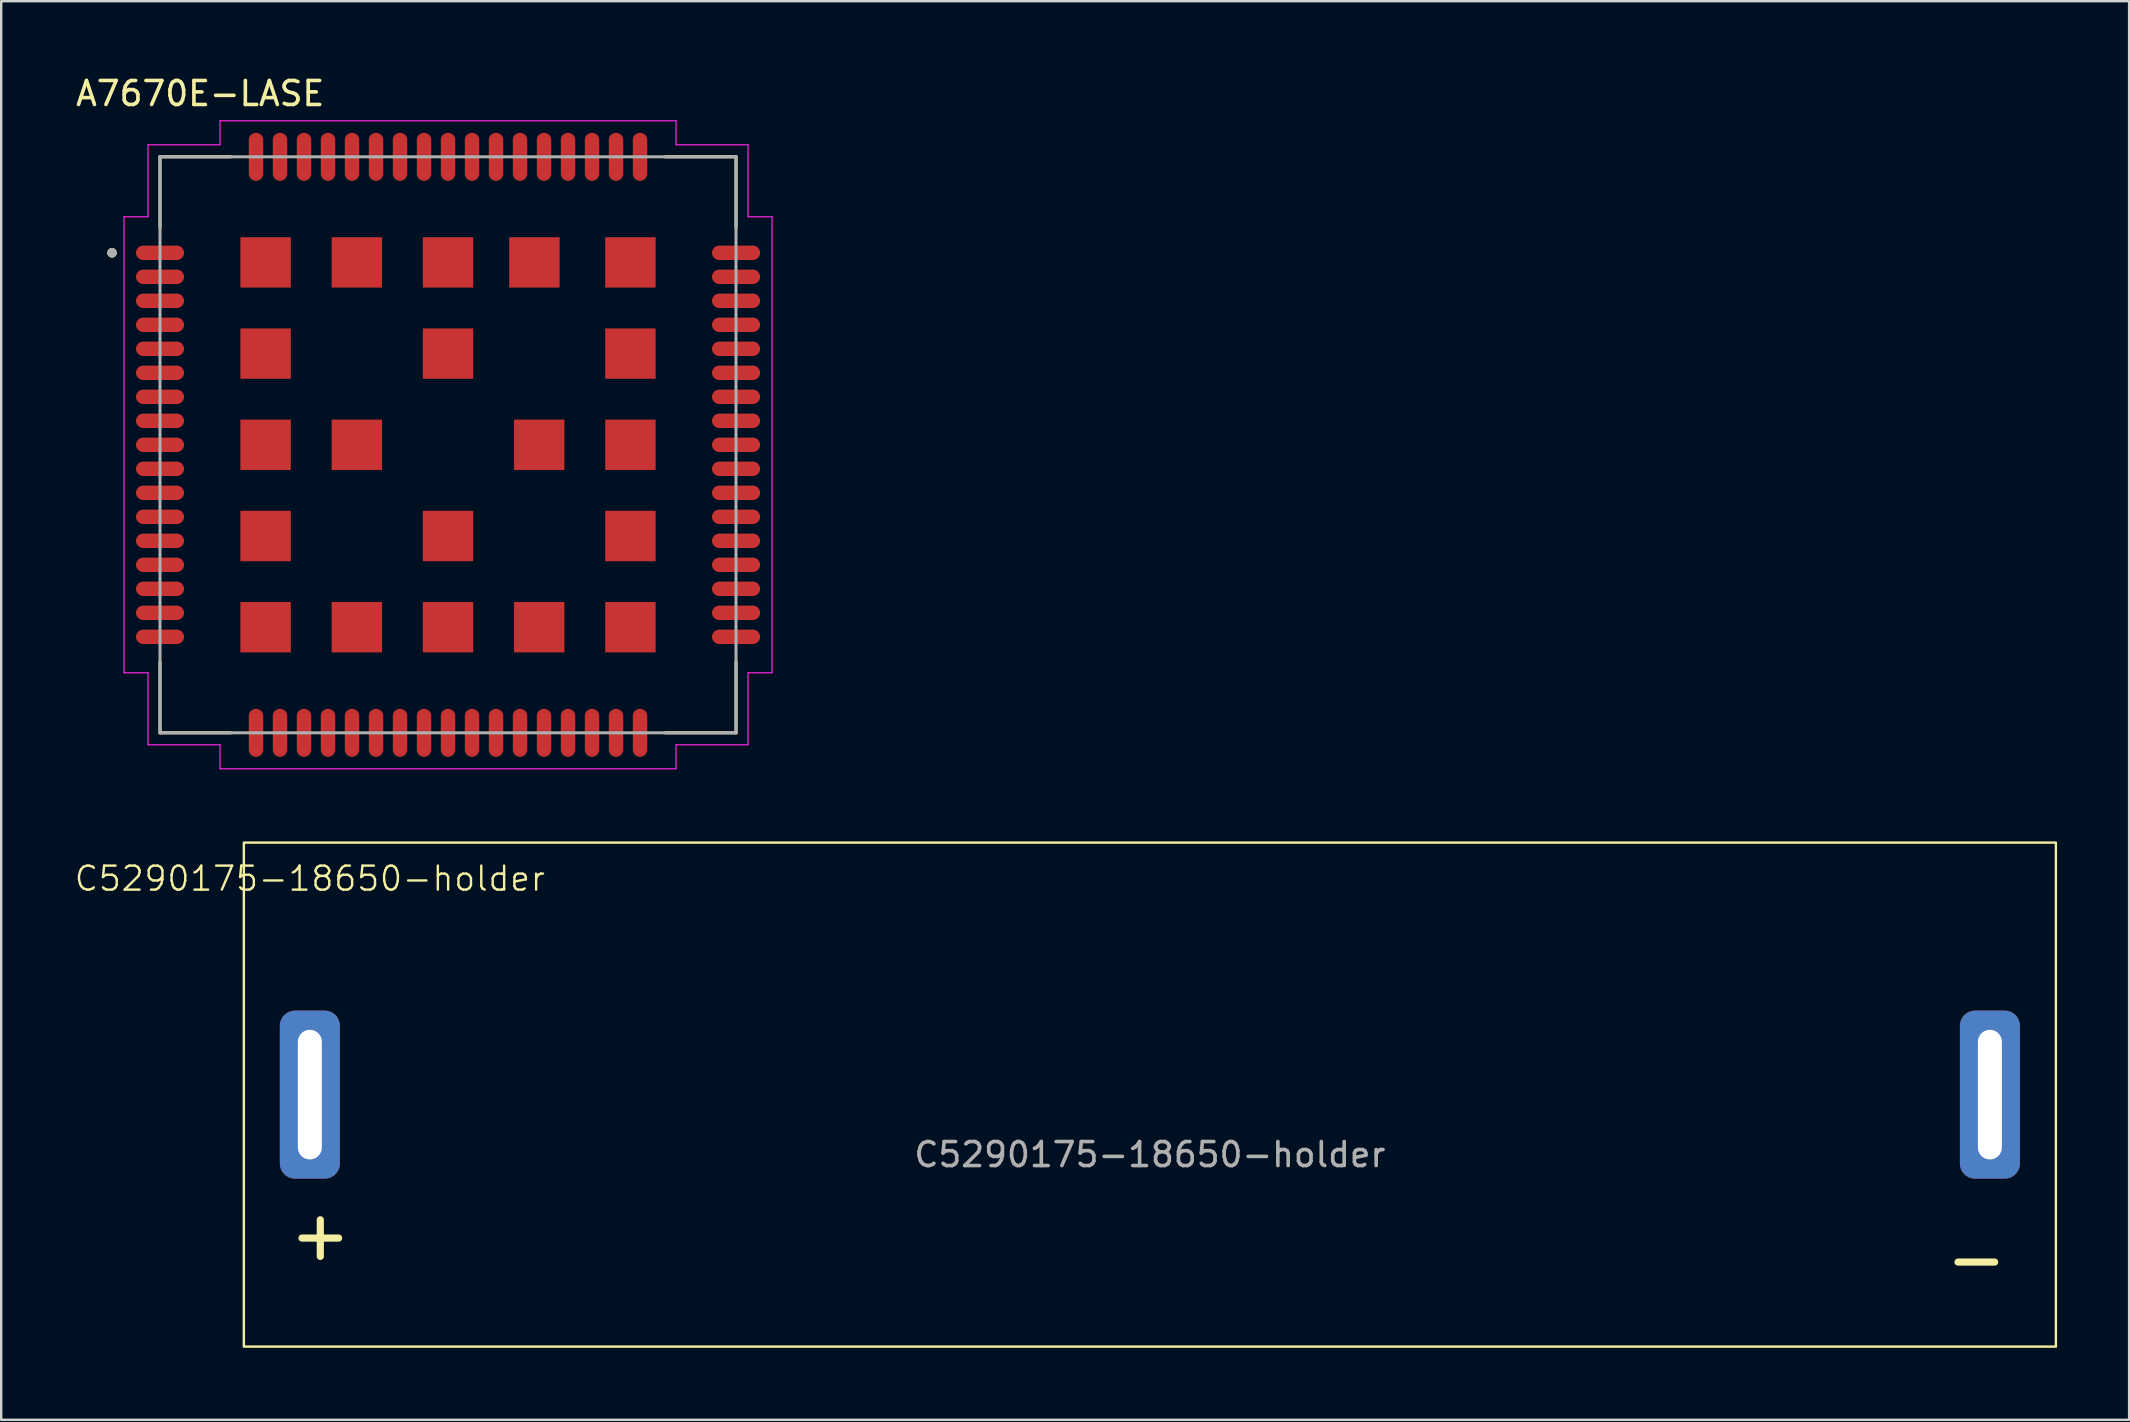
<source format=kicad_pcb>
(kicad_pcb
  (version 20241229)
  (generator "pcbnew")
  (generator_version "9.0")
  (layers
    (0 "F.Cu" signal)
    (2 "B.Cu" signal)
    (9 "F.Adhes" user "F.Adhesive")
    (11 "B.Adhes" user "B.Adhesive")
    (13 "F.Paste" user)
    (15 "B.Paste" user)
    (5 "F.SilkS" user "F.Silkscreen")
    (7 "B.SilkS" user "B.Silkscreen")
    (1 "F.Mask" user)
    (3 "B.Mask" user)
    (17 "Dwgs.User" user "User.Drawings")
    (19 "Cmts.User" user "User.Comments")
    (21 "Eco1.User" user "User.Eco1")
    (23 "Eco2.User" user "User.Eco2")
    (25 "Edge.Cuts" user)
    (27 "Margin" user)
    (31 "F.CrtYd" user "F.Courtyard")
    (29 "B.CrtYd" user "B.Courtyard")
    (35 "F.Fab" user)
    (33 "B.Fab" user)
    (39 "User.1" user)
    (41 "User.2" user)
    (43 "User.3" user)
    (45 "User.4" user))
  (footprint "A7670E-LASE"
    (layer "F.Cu")
    (at 15.617 15.483)
    (property "Reference" "A7670E-LASE" (at -10.325 -14.635 0) (layer "F.SilkS") (effects (font (size 1 1) (thickness 0.15))))
    (attr smd)
    (fp_line (start -12 -12) (end -9.05 -12) (stroke (width 0.127) (type solid)) (layer "F.SilkS"))
    (fp_line (start -12 -9.05) (end -12 -12) (stroke (width 0.127) (type solid)) (layer "F.SilkS"))
    (fp_line (start -12 9.05) (end -12 12) (stroke (width 0.127) (type solid)) (layer "F.SilkS"))
    (fp_line (start -12 12) (end -9.05 12) (stroke (width 0.127) (type solid)) (layer "F.SilkS"))
    (fp_line (start 9.05 -12) (end 12 -12) (stroke (width 0.127) (type solid)) (layer "F.SilkS"))
    (fp_line (start 12 -12) (end 12 -9.05) (stroke (width 0.127) (type solid)) (layer "F.SilkS"))
    (fp_line (start 12 9.05) (end 12 12) (stroke (width 0.127) (type solid)) (layer "F.SilkS"))
    (fp_line (start 12 12) (end 9.05 12) (stroke (width 0.127) (type solid)) (layer "F.SilkS"))
    (fp_circle (center -14 -8) (end -13.9 -8) (stroke (width 0.2) (type solid)) (fill no) (layer "F.SilkS"))
    (fp_line (start -13.5 -9.5) (end -12.5 -9.5) (stroke (width 0.05) (type solid)) (layer "F.CrtYd"))
    (fp_line (start -13.5 9.5) (end -13.5 -9.5) (stroke (width 0.05) (type solid)) (layer "F.CrtYd"))
    (fp_line (start -12.5 -12.5) (end -9.5 -12.5) (stroke (width 0.05) (type solid)) (layer "F.CrtYd"))
    (fp_line (start -12.5 -9.5) (end -12.5 -12.5) (stroke (width 0.05) (type solid)) (layer "F.CrtYd"))
    (fp_line (start -12.5 9.5) (end -13.5 9.5) (stroke (width 0.05) (type solid)) (layer "F.CrtYd"))
    (fp_line (start -12.5 12.5) (end -12.5 9.5) (stroke (width 0.05) (type solid)) (layer "F.CrtYd"))
    (fp_line (start -9.5 -13.5) (end 9.5 -13.5) (stroke (width 0.05) (type solid)) (layer "F.CrtYd"))
    (fp_line (start -9.5 -12.5) (end -9.5 -13.5) (stroke (width 0.05) (type solid)) (layer "F.CrtYd"))
    (fp_line (start -9.5 12.5) (end -12.5 12.5) (stroke (width 0.05) (type solid)) (layer "F.CrtYd"))
    (fp_line (start -9.5 13.5) (end -9.5 12.5) (stroke (width 0.05) (type solid)) (layer "F.CrtYd"))
    (fp_line (start 9.5 -13.5) (end 9.5 -12.5) (stroke (width 0.05) (type solid)) (layer "F.CrtYd"))
    (fp_line (start 9.5 -12.5) (end 12.5 -12.5) (stroke (width 0.05) (type solid)) (layer "F.CrtYd"))
    (fp_line (start 9.5 12.5) (end 9.5 13.5) (stroke (width 0.05) (type solid)) (layer "F.CrtYd"))
    (fp_line (start 9.5 13.5) (end -9.5 13.5) (stroke (width 0.05) (type solid)) (layer "F.CrtYd"))
    (fp_line (start 12.5 -12.5) (end 12.5 -9.5) (stroke (width 0.05) (type solid)) (layer "F.CrtYd"))
    (fp_line (start 12.5 -9.5) (end 13.5 -9.5) (stroke (width 0.05) (type solid)) (layer "F.CrtYd"))
    (fp_line (start 12.5 9.5) (end 12.5 12.5) (stroke (width 0.05) (type solid)) (layer "F.CrtYd"))
    (fp_line (start 12.5 12.5) (end 9.5 12.5) (stroke (width 0.05) (type solid)) (layer "F.CrtYd"))
    (fp_line (start 13.5 -9.5) (end 13.5 9.5) (stroke (width 0.05) (type solid)) (layer "F.CrtYd"))
    (fp_line (start 13.5 9.5) (end 12.5 9.5) (stroke (width 0.05) (type solid)) (layer "F.CrtYd"))
    (fp_line (start -12 -12) (end 12 -12) (stroke (width 0.127) (type solid)) (layer "F.Fab"))
    (fp_line (start -12 12) (end -12 -12) (stroke (width 0.127) (type solid)) (layer "F.Fab"))
    (fp_line (start 12 -12) (end 12 12) (stroke (width 0.127) (type solid)) (layer "F.Fab"))
    (fp_line (start 12 12) (end -12 12) (stroke (width 0.127) (type solid)) (layer "F.Fab"))
    (fp_circle (center -14 -8) (end -13.9 -8) (stroke (width 0.2) (type solid)) (fill no) (layer "F.Fab"))
    (pad "1" smd oval (at -12 -8) (size 2 0.6) (layers "F.Cu" "F.Mask" "F.Paste"))
    (pad "2" smd oval (at -12 -7) (size 2 0.6) (layers "F.Cu" "F.Mask" "F.Paste"))
    (pad "3" smd oval (at -12 -6) (size 2 0.6) (layers "F.Cu" "F.Mask" "F.Paste"))
    (pad "4" smd oval (at -12 -5) (size 2 0.6) (layers "F.Cu" "F.Mask" "F.Paste"))
    (pad "5" smd oval (at -12 -4) (size 2 0.6) (layers "F.Cu" "F.Mask" "F.Paste"))
    (pad "6" smd oval (at -12 -3) (size 2 0.6) (layers "F.Cu" "F.Mask" "F.Paste"))
    (pad "7" smd oval (at -12 -2) (size 2 0.6) (layers "F.Cu" "F.Mask" "F.Paste"))
    (pad "8" smd oval (at -12 -1) (size 2 0.6) (layers "F.Cu" "F.Mask" "F.Paste"))
    (pad "9" smd oval (at -12 0) (size 2 0.6) (layers "F.Cu" "F.Mask" "F.Paste"))
    (pad "10" smd oval (at -12 1) (size 2 0.6) (layers "F.Cu" "F.Mask" "F.Paste"))
    (pad "11" smd oval (at -12 2) (size 2 0.6) (layers "F.Cu" "F.Mask" "F.Paste"))
    (pad "12" smd oval (at -12 3) (size 2 0.6) (layers "F.Cu" "F.Mask" "F.Paste"))
    (pad "13" smd oval (at -12 4) (size 2 0.6) (layers "F.Cu" "F.Mask" "F.Paste"))
    (pad "14" smd oval (at -12 5) (size 2 0.6) (layers "F.Cu" "F.Mask" "F.Paste"))
    (pad "15" smd oval (at -12 6) (size 2 0.6) (layers "F.Cu" "F.Mask" "F.Paste"))
    (pad "16" smd oval (at -12 7) (size 2 0.6) (layers "F.Cu" "F.Mask" "F.Paste"))
    (pad "17" smd oval (at -12 8) (size 2 0.6) (layers "F.Cu" "F.Mask" "F.Paste"))
    (pad "18" smd oval (at -8 12) (size 0.6 2) (layers "F.Cu" "F.Mask" "F.Paste"))
    (pad "19" smd oval (at -7 12) (size 0.6 2) (layers "F.Cu" "F.Mask" "F.Paste"))
    (pad "20" smd oval (at -6 12) (size 0.6 2) (layers "F.Cu" "F.Mask" "F.Paste"))
    (pad "21" smd oval (at -5 12) (size 0.6 2) (layers "F.Cu" "F.Mask" "F.Paste"))
    (pad "22" smd oval (at -4 12) (size 0.6 2) (layers "F.Cu" "F.Mask" "F.Paste"))
    (pad "23" smd oval (at -3 12) (size 0.6 2) (layers "F.Cu" "F.Mask" "F.Paste"))
    (pad "24" smd oval (at -2 12) (size 0.6 2) (layers "F.Cu" "F.Mask" "F.Paste"))
    (pad "25" smd oval (at -1 12) (size 0.6 2) (layers "F.Cu" "F.Mask" "F.Paste"))
    (pad "26" smd oval (at 0 12) (size 0.6 2) (layers "F.Cu" "F.Mask" "F.Paste"))
    (pad "27" smd oval (at 1 12) (size 0.6 2) (layers "F.Cu" "F.Mask" "F.Paste"))
    (pad "28" smd oval (at 2 12) (size 0.6 2) (layers "F.Cu" "F.Mask" "F.Paste"))
    (pad "29" smd oval (at 3 12) (size 0.6 2) (layers "F.Cu" "F.Mask" "F.Paste"))
    (pad "30" smd oval (at 4 12) (size 0.6 2) (layers "F.Cu" "F.Mask" "F.Paste"))
    (pad "31" smd oval (at 5 12) (size 0.6 2) (layers "F.Cu" "F.Mask" "F.Paste"))
    (pad "32" smd oval (at 6 12) (size 0.6 2) (layers "F.Cu" "F.Mask" "F.Paste"))
    (pad "33" smd oval (at 7 12) (size 0.6 2) (layers "F.Cu" "F.Mask" "F.Paste"))
    (pad "34" smd oval (at 8 12) (size 0.6 2) (layers "F.Cu" "F.Mask" "F.Paste"))
    (pad "35" smd oval (at 12 8) (size 2 0.6) (layers "F.Cu" "F.Mask" "F.Paste"))
    (pad "36" smd oval (at 12 7) (size 2 0.6) (layers "F.Cu" "F.Mask" "F.Paste"))
    (pad "37" smd oval (at 12 6) (size 2 0.6) (layers "F.Cu" "F.Mask" "F.Paste"))
    (pad "38" smd oval (at 12 5) (size 2 0.6) (layers "F.Cu" "F.Mask" "F.Paste"))
    (pad "39" smd oval (at 12 4) (size 2 0.6) (layers "F.Cu" "F.Mask" "F.Paste"))
    (pad "40" smd oval (at 12 3) (size 2 0.6) (layers "F.Cu" "F.Mask" "F.Paste"))
    (pad "41" smd oval (at 12 2) (size 2 0.6) (layers "F.Cu" "F.Mask" "F.Paste"))
    (pad "42" smd oval (at 12 1) (size 2 0.6) (layers "F.Cu" "F.Mask" "F.Paste"))
    (pad "43" smd oval (at 12 0) (size 2 0.6) (layers "F.Cu" "F.Mask" "F.Paste"))
    (pad "44" smd oval (at 12 -1) (size 2 0.6) (layers "F.Cu" "F.Mask" "F.Paste"))
    (pad "45" smd oval (at 12 -2) (size 2 0.6) (layers "F.Cu" "F.Mask" "F.Paste"))
    (pad "46" smd oval (at 12 -3) (size 2 0.6) (layers "F.Cu" "F.Mask" "F.Paste"))
    (pad "47" smd oval (at 12 -4) (size 2 0.6) (layers "F.Cu" "F.Mask" "F.Paste"))
    (pad "48" smd oval (at 12 -5) (size 2 0.6) (layers "F.Cu" "F.Mask" "F.Paste"))
    (pad "49" smd oval (at 12 -6) (size 2 0.6) (layers "F.Cu" "F.Mask" "F.Paste"))
    (pad "50" smd oval (at 12 -7) (size 2 0.6) (layers "F.Cu" "F.Mask" "F.Paste"))
    (pad "51" smd oval (at 12 -8) (size 2 0.6) (layers "F.Cu" "F.Mask" "F.Paste"))
    (pad "52" smd oval (at 8 -12) (size 0.6 2) (layers "F.Cu" "F.Mask" "F.Paste"))
    (pad "53" smd oval (at 7 -12) (size 0.6 2) (layers "F.Cu" "F.Mask" "F.Paste"))
    (pad "54" smd oval (at 6 -12) (size 0.6 2) (layers "F.Cu" "F.Mask" "F.Paste"))
    (pad "55" smd oval (at 5 -12) (size 0.6 2) (layers "F.Cu" "F.Mask" "F.Paste"))
    (pad "56" smd oval (at 4 -12) (size 0.6 2) (layers "F.Cu" "F.Mask" "F.Paste"))
    (pad "57" smd oval (at 3 -12) (size 0.6 2) (layers "F.Cu" "F.Mask" "F.Paste"))
    (pad "58" smd oval (at 2 -12) (size 0.6 2) (layers "F.Cu" "F.Mask" "F.Paste"))
    (pad "59" smd oval (at 1 -12) (size 0.6 2) (layers "F.Cu" "F.Mask" "F.Paste"))
    (pad "60" smd oval (at 0 -12) (size 0.6 2) (layers "F.Cu" "F.Mask" "F.Paste"))
    (pad "61" smd oval (at -1 -12) (size 0.6 2) (layers "F.Cu" "F.Mask" "F.Paste"))
    (pad "62" smd oval (at -2 -12) (size 0.6 2) (layers "F.Cu" "F.Mask" "F.Paste"))
    (pad "63" smd oval (at -3 -12) (size 0.6 2) (layers "F.Cu" "F.Mask" "F.Paste"))
    (pad "64" smd oval (at -4 -12) (size 0.6 2) (layers "F.Cu" "F.Mask" "F.Paste"))
    (pad "65" smd oval (at -5 -12) (size 0.6 2) (layers "F.Cu" "F.Mask" "F.Paste"))
    (pad "66" smd oval (at -6 -12) (size 0.6 2) (layers "F.Cu" "F.Mask" "F.Paste"))
    (pad "67" smd oval (at -7 -12) (size 0.6 2) (layers "F.Cu" "F.Mask" "F.Paste"))
    (pad "68" smd oval (at -8 -12) (size 0.6 2) (layers "F.Cu" "F.Mask" "F.Paste"))
    (pad "69" smd rect (at -3.8 0) (size 2.1 2.1) (layers "F.Cu" "F.Mask" "F.Paste"))
    (pad "70" smd rect (at 3.8 0) (size 2.1 2.1) (layers "F.Cu" "F.Mask" "F.Paste"))
    (pad "71" smd rect (at 0 -3.8 90) (size 2.1 2.1) (layers "F.Cu" "F.Mask" "F.Paste"))
    (pad "72" smd rect (at 0 3.8 90) (size 2.1 2.1) (layers "F.Cu" "F.Mask" "F.Paste"))
    (pad "73" smd rect (at 0 7.6 90) (size 2.1 2.1) (layers "F.Cu" "F.Mask" "F.Paste"))
    (pad "74" smd rect (at 0 -7.6 90) (size 2.1 2.1) (layers "F.Cu" "F.Mask" "F.Paste"))
    (pad "75" smd rect (at -7.6 0 90) (size 2.1 2.1) (layers "F.Cu" "F.Mask" "F.Paste"))
    (pad "76" smd rect (at 7.6 0 90) (size 2.1 2.1) (layers "F.Cu" "F.Mask" "F.Paste"))
    (pad "77" smd rect (at 7.6 3.8 90) (size 2.1 2.1) (layers "F.Cu" "F.Mask" "F.Paste"))
    (pad "78" smd rect (at 7.6 7.6 90) (size 2.1 2.1) (layers "F.Cu" "F.Mask" "F.Paste"))
    (pad "79" smd rect (at 3.8 7.6 90) (size 2.1 2.1) (layers "F.Cu" "F.Mask" "F.Paste"))
    (pad "80" smd rect (at -3.8 7.6 90) (size 2.1 2.1) (layers "F.Cu" "F.Mask" "F.Paste"))
    (pad "81" smd rect (at -7.6 7.6 90) (size 2.1 2.1) (layers "F.Cu" "F.Mask" "F.Paste"))
    (pad "82" smd rect (at -7.6 3.8 90) (size 2.1 2.1) (layers "F.Cu" "F.Mask" "F.Paste"))
    (pad "83" smd rect (at -7.6 -3.8 90) (size 2.1 2.1) (layers "F.Cu" "F.Mask" "F.Paste"))
    (pad "84" smd rect (at -7.6 -7.6 90) (size 2.1 2.1) (layers "F.Cu" "F.Mask" "F.Paste"))
    (pad "85" smd rect (at -3.8 -7.6 90) (size 2.1 2.1) (layers "F.Cu" "F.Mask" "F.Paste"))
    (pad "86" smd rect (at 3.6 -7.6 90) (size 2.1 2.1) (layers "F.Cu" "F.Mask" "F.Paste"))
    (pad "87" smd rect (at 7.6 -7.6 90) (size 2.1 2.1) (layers "F.Cu" "F.Mask" "F.Paste"))
    (pad "88" smd rect (at 7.6 -3.8 90) (size 2.1 2.1) (layers "F.Cu" "F.Mask" "F.Paste"))
    (zone (net_name "") (layer "F.Cu") (hatch full 0.508) (connect_pads) (min_thickness 0.01) (filled_areas_thickness no) (keepout (tracks not_allowed) (vias not_allowed) (pads not_allowed) (copperpour not_allowed) (footprints allowed)) (placement (enabled no)) (fill) (polygon (pts (xy 4.717 6.283) (xy 6.668 6.283) (xy 6.668 8.683) (xy 4.717 8.683))))
    (zone (net_name "") (layer "F.Cu") (hatch full 0.508) (connect_pads) (min_thickness 0.01) (filled_areas_thickness no) (keepout (tracks not_allowed) (vias not_allowed) (pads not_allowed) (copperpour not_allowed) (footprints allowed)) (placement (enabled no)) (fill) (polygon (pts (xy 16.917 17.383) (xy 19.317 17.383) (xy 19.317 19.783) (xy 16.917 19.783))))
    (zone (net_name "") (layers "F.Cu" "B.Cu") (hatch full 0.508) (connect_pads) (min_thickness 0.01) (filled_areas_thickness no) (keepout (tracks allowed) (vias not_allowed) (pads allowed) (copperpour allowed) (footprints allowed)) (placement (enabled no)) (fill) (polygon (pts (xy 4.717 6.283) (xy 6.676 6.283) (xy 6.676 8.683) (xy 4.717 8.683))))
    (zone (net_name "") (layers "F.Cu" "B.Cu") (hatch full 0.508) (connect_pads) (min_thickness 0.01) (filled_areas_thickness no) (keepout (tracks allowed) (vias not_allowed) (pads allowed) (copperpour allowed) (footprints allowed)) (placement (enabled no)) (fill) (polygon (pts (xy 16.917 17.383) (xy 19.317 17.383) (xy 19.317 19.783) (xy 16.917 19.783)))))
  (footprint "C5290175-18650-holder"
    (layer "F.Cu")
    (at 44.86 42.558)
    (property "Reference" "C5290175-18650-holder" (at -35 -9 0) (unlocked yes) (layer "F.SilkS") (effects (font (size 1 1) (thickness 0.1))))
    (attr through_hole)
    (fp_rect (start -37.75 -10.5) (end 37.75 10.5) (stroke (width 0.1) (type default)) (fill no) (layer "F.SilkS"))
    (fp_text user "-" (at 33 8 0) (unlocked yes) (layer "F.SilkS") (effects (font (size 2 2) (thickness 0.3)) (justify left bottom)))
    (fp_text user "+" (at -36 7 0) (unlocked yes) (layer "F.SilkS") (effects (font (size 2 2) (thickness 0.3)) (justify left bottom)))
    (fp_text user "${REFERENCE}" (at 0 2.5 0) (unlocked yes) (layer "F.Fab") (effects (font (size 1 1) (thickness 0.15))))
    (pad "1" thru_hole roundrect (at -35 0 90) (size 7 2.5) (drill oval 5.4 1) (layers "*.Cu" "*.Mask") (roundrect_rratio 0.25))
    (pad "2" thru_hole roundrect (at 35 0 90) (size 7 2.5) (drill oval 5.4 1) (layers "*.Cu" "*.Mask") (roundrect_rratio 0.25)))
  (gr_rect
    (start -3 -3)
    (end 85.66 56.108)
    (stroke (width 0.1) (type default))
    (fill no)
    (layer "Edge.Cuts")))
</source>
